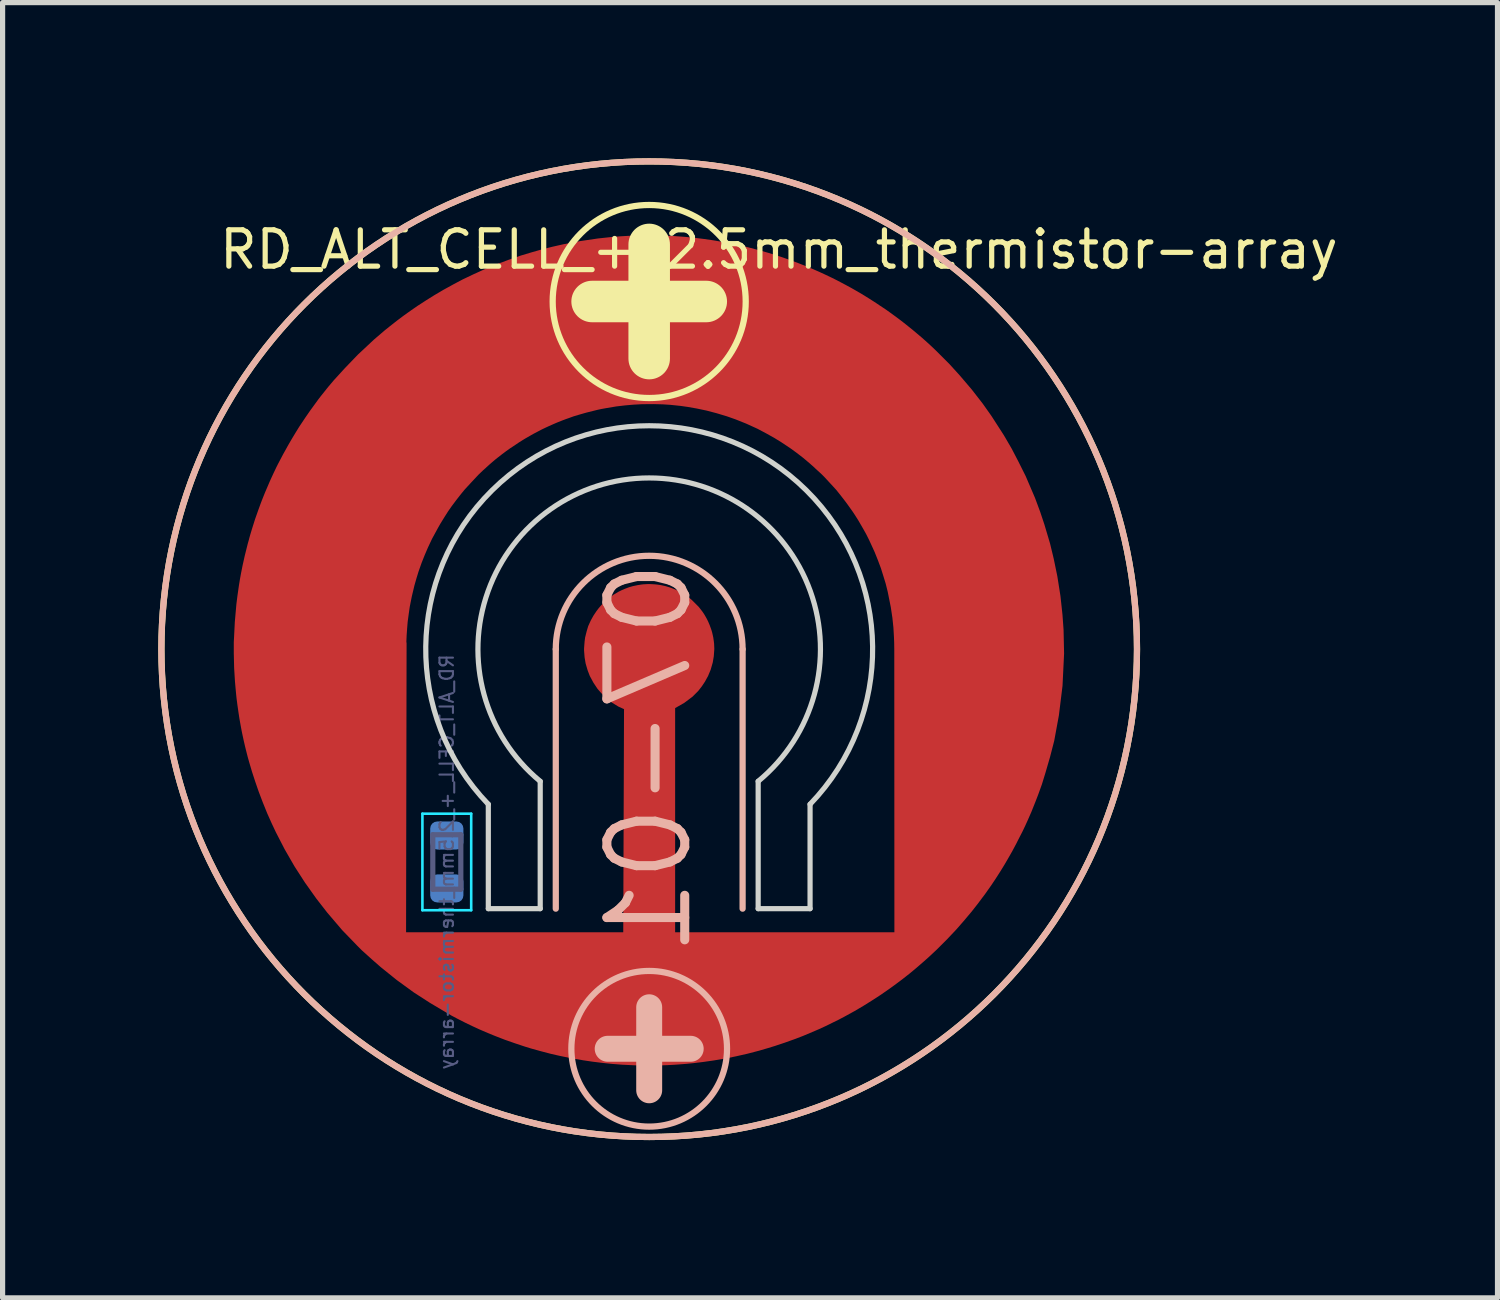
<source format=kicad_pcb>
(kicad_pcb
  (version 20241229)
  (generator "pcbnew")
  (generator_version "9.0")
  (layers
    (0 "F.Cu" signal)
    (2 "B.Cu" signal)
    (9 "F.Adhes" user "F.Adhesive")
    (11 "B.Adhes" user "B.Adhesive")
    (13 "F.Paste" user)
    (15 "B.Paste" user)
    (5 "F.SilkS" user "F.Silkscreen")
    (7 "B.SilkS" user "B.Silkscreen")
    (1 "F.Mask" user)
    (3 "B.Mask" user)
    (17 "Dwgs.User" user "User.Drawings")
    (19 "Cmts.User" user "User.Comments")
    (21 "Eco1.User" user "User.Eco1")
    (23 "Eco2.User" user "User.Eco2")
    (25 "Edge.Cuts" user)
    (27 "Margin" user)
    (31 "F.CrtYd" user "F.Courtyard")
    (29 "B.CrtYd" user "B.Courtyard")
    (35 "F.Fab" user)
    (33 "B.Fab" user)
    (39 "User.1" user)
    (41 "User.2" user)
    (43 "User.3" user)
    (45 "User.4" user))
  (footprint "RD_ALT_CELL_+_2.5mm_thermistor-array"
    (layer "F.Cu")
    (at 9.46 9.46)
    (property "Reference" "RD_ALT_CELL_+_2.5mm_thermistor-array" (at 2.5 -7.7 0) (layer "F.SilkS") (effects (font (size 0.7 0.7) (thickness 0.1))))
    (property "Number" "07-01" (at 0 0 0) (layer "F.Fab") (hide yes) (effects (font (size 1.27 1.27) (thickness 0.15))))
    (attr through_hole exclude_from_pos_files exclude_from_bom)
    (fp_line (start -9.15 -1.15) (end -9 -1.3) (stroke (width 0.3) (type solid)) (layer "In1.Cu"))
    (fp_line (start -9.15 -0.85) (end -9.15 -1.15) (stroke (width 0.3) (type solid)) (layer "In1.Cu"))
    (fp_line (start -9.15 0.05) (end -9 -0.1) (stroke (width 0.3) (type solid)) (layer "In1.Cu"))
    (fp_line (start -9.15 0.35) (end -9.15 0.05) (stroke (width 0.3) (type solid)) (layer "In1.Cu"))
    (fp_line (start -9 -1.3) (end -5.1 -1.3) (stroke (width 0.3) (type solid)) (layer "In1.Cu"))
    (fp_line (start -9 -0.7) (end -9.15 -0.85) (stroke (width 0.3) (type solid)) (layer "In1.Cu"))
    (fp_line (start -9 -0.1) (end -5.1 -0.1) (stroke (width 0.3) (type solid)) (layer "In1.Cu"))
    (fp_line (start -9 0.5) (end -9.15 0.35) (stroke (width 0.3) (type solid)) (layer "In1.Cu"))
    (fp_line (start -8.85 -2.35) (end -8.7 -2.5) (stroke (width 0.3) (type solid)) (layer "In1.Cu"))
    (fp_line (start -8.85 -2.05) (end -8.85 -2.35) (stroke (width 0.3) (type solid)) (layer "In1.Cu"))
    (fp_line (start -8.85 1.25) (end -8.7 1.1) (stroke (width 0.3) (type solid)) (layer "In1.Cu"))
    (fp_line (start -8.85 1.55) (end -8.85 1.25) (stroke (width 0.3) (type solid)) (layer "In1.Cu"))
    (fp_line (start -8.7 -2.5) (end -4.5 -2.5) (stroke (width 0.3) (type solid)) (layer "In1.Cu"))
    (fp_line (start -8.7 -1.9) (end -8.85 -2.05) (stroke (width 0.3) (type solid)) (layer "In1.Cu"))
    (fp_line (start -8.7 1.1) (end -5.1 1.1) (stroke (width 0.3) (type solid)) (layer "In1.Cu"))
    (fp_line (start -8.7 1.7) (end -8.85 1.55) (stroke (width 0.3) (type solid)) (layer "In1.Cu"))
    (fp_line (start -8.55 -3.55) (end -8.4 -3.7) (stroke (width 0.3) (type solid)) (layer "In1.Cu"))
    (fp_line (start -8.55 -3.25) (end -8.55 -3.55) (stroke (width 0.3) (type solid)) (layer "In1.Cu"))
    (fp_line (start -8.55 2.45) (end -8.4 2.3) (stroke (width 0.3) (type solid)) (layer "In1.Cu"))
    (fp_line (start -8.55 2.75) (end -8.55 2.45) (stroke (width 0.3) (type solid)) (layer "In1.Cu"))
    (fp_line (start -8.4 -3.7) (end -3.3 -3.7) (stroke (width 0.3) (type solid)) (layer "In1.Cu"))
    (fp_line (start -8.4 -3.1) (end -8.55 -3.25) (stroke (width 0.3) (type solid)) (layer "In1.Cu"))
    (fp_line (start -8.4 2.3) (end -5.6 2.3) (stroke (width 0.3) (type solid)) (layer "In1.Cu"))
    (fp_line (start -8.4 2.9) (end -8.55 2.75) (stroke (width 0.3) (type solid)) (layer "In1.Cu"))
    (fp_line (start -8.25 3.65) (end -8.1 3.5) (stroke (width 0.3) (type solid)) (layer "In1.Cu"))
    (fp_line (start -8.25 3.95) (end -8.25 3.65) (stroke (width 0.3) (type solid)) (layer "In1.Cu"))
    (fp_line (start -8.1 3.5) (end -5.45 3.5) (stroke (width 0.3) (type solid)) (layer "In1.Cu"))
    (fp_line (start -8.1 4.1) (end -8.25 3.95) (stroke (width 0.3) (type solid)) (layer "In1.Cu"))
    (fp_line (start -7.65 -4.75) (end -7.5 -4.9) (stroke (width 0.3) (type solid)) (layer "In1.Cu"))
    (fp_line (start -7.65 -4.45) (end -7.65 -4.75) (stroke (width 0.3) (type solid)) (layer "In1.Cu"))
    (fp_line (start -7.65 4.85) (end -7.5 4.7) (stroke (width 0.3) (type solid)) (layer "In1.Cu"))
    (fp_line (start -7.65 5.15) (end -7.65 4.85) (stroke (width 0.3) (type solid)) (layer "In1.Cu"))
    (fp_line (start -7.5 -4.9) (end -0.35 -4.9) (stroke (width 0.3) (type solid)) (layer "In1.Cu"))
    (fp_line (start -7.5 -4.3) (end -7.65 -4.45) (stroke (width 0.3) (type solid)) (layer "In1.Cu"))
    (fp_line (start -7.5 4.7) (end -5.45 4.7) (stroke (width 0.3) (type solid)) (layer "In1.Cu"))
    (fp_line (start -7.5 5.3) (end -7.65 5.15) (stroke (width 0.3) (type solid)) (layer "In1.Cu"))
    (fp_line (start -7.05 -5.95) (end -6.9 -6.1) (stroke (width 0.3) (type solid)) (layer "In1.Cu"))
    (fp_line (start -7.05 -5.65) (end -7.05 -5.95) (stroke (width 0.3) (type solid)) (layer "In1.Cu"))
    (fp_line (start -6.9 -6.1) (end -0.35 -6.1) (stroke (width 0.3) (type solid)) (layer "In1.Cu"))
    (fp_line (start -6.9 -5.5) (end -7.05 -5.65) (stroke (width 0.3) (type solid)) (layer "In1.Cu"))
    (fp_line (start -6.45 6.05) (end -6.3 5.9) (stroke (width 0.3) (type solid)) (layer "In1.Cu"))
    (fp_line (start -6.45 6.35) (end -6.45 6.05) (stroke (width 0.3) (type solid)) (layer "In1.Cu"))
    (fp_line (start -6.3 5.9) (end -5.45 5.9) (stroke (width 0.3) (type solid)) (layer "In1.Cu"))
    (fp_line (start -6.3 6.5) (end -6.45 6.35) (stroke (width 0.3) (type solid)) (layer "In1.Cu"))
    (fp_line (start -5.9 1.7) (end -8.7 1.7) (stroke (width 0.3) (type solid)) (layer "In1.Cu"))
    (fp_line (start -5.9 1.7) (end -5.15 1.7) (stroke (width 0.3) (type solid)) (layer "In1.Cu"))
    (fp_line (start -5.85 -7.15) (end -5.7 -7.3) (stroke (width 0.3) (type solid)) (layer "In1.Cu"))
    (fp_line (start -5.85 -6.85) (end -5.85 -7.15) (stroke (width 0.3) (type solid)) (layer "In1.Cu"))
    (fp_line (start -5.7 -7.3) (end -0.35 -7.3) (stroke (width 0.3) (type solid)) (layer "In1.Cu"))
    (fp_line (start -5.7 -6.7) (end -5.85 -6.85) (stroke (width 0.3) (type solid)) (layer "In1.Cu"))
    (fp_line (start -5.6 2.3) (end -5.15 2.3) (stroke (width 0.3) (type solid)) (layer "In1.Cu"))
    (fp_line (start -5.45 2.9) (end -8.4 2.9) (stroke (width 0.3) (type solid)) (layer "In1.Cu"))
    (fp_line (start -5.45 2.9) (end -5.3 3.05) (stroke (width 0.3) (type solid)) (layer "In1.Cu"))
    (fp_line (start -5.45 3.5) (end -5.3 3.35) (stroke (width 0.3) (type solid)) (layer "In1.Cu"))
    (fp_line (start -5.45 4.1) (end -8.1 4.1) (stroke (width 0.3) (type solid)) (layer "In1.Cu"))
    (fp_line (start -5.45 4.1) (end -5.3 4.25) (stroke (width 0.3) (type solid)) (layer "In1.Cu"))
    (fp_line (start -5.45 4.7) (end -5.3 4.55) (stroke (width 0.3) (type solid)) (layer "In1.Cu"))
    (fp_line (start -5.45 5.3) (end -7.5 5.3) (stroke (width 0.3) (type solid)) (layer "In1.Cu"))
    (fp_line (start -5.45 5.3) (end -5.3 5.45) (stroke (width 0.3) (type solid)) (layer "In1.Cu"))
    (fp_line (start -5.45 5.9) (end -5.3 5.75) (stroke (width 0.3) (type solid)) (layer "In1.Cu"))
    (fp_line (start -5.3 3.35) (end -5.3 3.05) (stroke (width 0.3) (type solid)) (layer "In1.Cu"))
    (fp_line (start -5.3 4.55) (end -5.3 4.25) (stroke (width 0.3) (type solid)) (layer "In1.Cu"))
    (fp_line (start -5.3 5.75) (end -5.3 5.45) (stroke (width 0.3) (type solid)) (layer "In1.Cu"))
    (fp_line (start -5.25 7.25) (end -5.1 7.1) (stroke (width 0.3) (type solid)) (layer "In1.Cu"))
    (fp_line (start -5.25 7.55) (end -5.25 7.25) (stroke (width 0.3) (type solid)) (layer "In1.Cu"))
    (fp_line (start -5.15 2.3) (end -5 2.15) (stroke (width 0.3) (type solid)) (layer "In1.Cu"))
    (fp_line (start -5.1 -1.9) (end -8.7 -1.9) (stroke (width 0.3) (type solid)) (layer "In1.Cu"))
    (fp_line (start -5.1 -1.3) (end -4.95 -1.45) (stroke (width 0.3) (type solid)) (layer "In1.Cu"))
    (fp_line (start -5.1 -0.7) (end -9 -0.7) (stroke (width 0.3) (type solid)) (layer "In1.Cu"))
    (fp_line (start -5.1 -0.1) (end -4.95 -0.25) (stroke (width 0.3) (type solid)) (layer "In1.Cu"))
    (fp_line (start -5.1 0.5) (end -9 0.5) (stroke (width 0.3) (type solid)) (layer "In1.Cu"))
    (fp_line (start -5.1 1.1) (end -4.95 0.95) (stroke (width 0.3) (type solid)) (layer "In1.Cu"))
    (fp_line (start -5.1 7.1) (end -0.6 7.1) (stroke (width 0.3) (type solid)) (layer "In1.Cu"))
    (fp_line (start -5.1 7.7) (end -5.25 7.55) (stroke (width 0.3) (type solid)) (layer "In1.Cu"))
    (fp_line (start -5 1.85) (end -5.15 1.7) (stroke (width 0.3) (type solid)) (layer "In1.Cu"))
    (fp_line (start -5 2.15) (end -5 1.85) (stroke (width 0.3) (type solid)) (layer "In1.Cu"))
    (fp_line (start -4.95 -1.75) (end -5.1 -1.9) (stroke (width 0.3) (type solid)) (layer "In1.Cu"))
    (fp_line (start -4.95 -1.45) (end -4.95 -1.75) (stroke (width 0.3) (type solid)) (layer "In1.Cu"))
    (fp_line (start -4.95 -0.55) (end -5.1 -0.7) (stroke (width 0.3) (type solid)) (layer "In1.Cu"))
    (fp_line (start -4.95 -0.25) (end -4.95 -0.55) (stroke (width 0.3) (type solid)) (layer "In1.Cu"))
    (fp_line (start -4.95 0.65) (end -5.1 0.5) (stroke (width 0.3) (type solid)) (layer "In1.Cu"))
    (fp_line (start -4.95 0.95) (end -4.95 0.65) (stroke (width 0.3) (type solid)) (layer "In1.Cu"))
    (fp_line (start -4.5 -3.1) (end -8.4 -3.1) (stroke (width 0.3) (type solid)) (layer "In1.Cu"))
    (fp_line (start -4.5 -2.5) (end -4.35 -2.65) (stroke (width 0.3) (type solid)) (layer "In1.Cu"))
    (fp_line (start -4.35 -2.95) (end -4.5 -3.1) (stroke (width 0.3) (type solid)) (layer "In1.Cu"))
    (fp_line (start -4.35 -2.65) (end -4.35 -2.95) (stroke (width 0.3) (type solid)) (layer "In1.Cu"))
    (fp_line (start -4.05 -8.35) (end -3.9 -8.5) (stroke (width 0.3) (type solid)) (layer "In1.Cu"))
    (fp_line (start -4.05 -8.05) (end -4.05 -8.35) (stroke (width 0.3) (type solid)) (layer "In1.Cu"))
    (fp_line (start -3.9 -8.5) (end -0.9 -8.5) (stroke (width 0.3) (type solid)) (layer "In1.Cu"))
    (fp_line (start -3.9 -7.9) (end -4.05 -8.05) (stroke (width 0.3) (type solid)) (layer "In1.Cu"))
    (fp_line (start -3.3 -4.3) (end -7.5 -4.3) (stroke (width 0.3) (type solid)) (layer "In1.Cu"))
    (fp_line (start -3.3 -3.7) (end -3.15 -3.85) (stroke (width 0.3) (type solid)) (layer "In1.Cu"))
    (fp_line (start -3.15 -4.15) (end -3.3 -4.3) (stroke (width 0.3) (type solid)) (layer "In1.Cu"))
    (fp_line (start -3.15 -3.85) (end -3.15 -4.15) (stroke (width 0.3) (type solid)) (layer "In1.Cu"))
    (fp_line (start -1 8.7) (end -0.45 8.15) (stroke (width 0.3) (type solid)) (layer "In1.Cu"))
    (fp_line (start -0.9 -8.5) (end -0.75 -8.65) (stroke (width 0.3) (type solid)) (layer "In1.Cu"))
    (fp_line (start -0.75 -8.95) (end -0.6 -9.1) (stroke (width 0.3) (type solid)) (layer "In1.Cu"))
    (fp_line (start -0.75 -8.65) (end -0.75 -8.95) (stroke (width 0.3) (type solid)) (layer "In1.Cu"))
    (fp_line (start -0.6 -9.1) (end 0.6 -9.1) (stroke (width 0.3) (type solid)) (layer "In1.Cu"))
    (fp_line (start -0.6 6.5) (end -6.3 6.5) (stroke (width 0.3) (type solid)) (layer "In1.Cu"))
    (fp_line (start -0.6 7.1) (end -0.45 6.95) (stroke (width 0.3) (type solid)) (layer "In1.Cu"))
    (fp_line (start -0.6 7.7) (end -5.1 7.7) (stroke (width 0.3) (type solid)) (layer "In1.Cu"))
    (fp_line (start -0.45 6.65) (end -0.6 6.5) (stroke (width 0.3) (type solid)) (layer "In1.Cu"))
    (fp_line (start -0.45 6.95) (end -0.45 6.65) (stroke (width 0.3) (type solid)) (layer "In1.Cu"))
    (fp_line (start -0.45 7.85) (end -0.6 7.7) (stroke (width 0.3) (type solid)) (layer "In1.Cu"))
    (fp_line (start -0.45 8.15) (end -0.45 7.85) (stroke (width 0.3) (type solid)) (layer "In1.Cu"))
    (fp_line (start -0.35 -7.9) (end -3.9 -7.9) (stroke (width 0.3) (type solid)) (layer "In1.Cu"))
    (fp_line (start -0.35 -7.3) (end -0.2 -7.45) (stroke (width 0.3) (type solid)) (layer "In1.Cu"))
    (fp_line (start -0.35 -6.7) (end -5.7 -6.7) (stroke (width 0.3) (type solid)) (layer "In1.Cu"))
    (fp_line (start -0.35 -6.1) (end -0.2 -6.25) (stroke (width 0.3) (type solid)) (layer "In1.Cu"))
    (fp_line (start -0.35 -5.5) (end -6.9 -5.5) (stroke (width 0.3) (type solid)) (layer "In1.Cu"))
    (fp_line (start -0.35 -4.9) (end -0.2 -5.05) (stroke (width 0.3) (type solid)) (layer "In1.Cu"))
    (fp_line (start -0.2 -7.75) (end -0.35 -7.9) (stroke (width 0.3) (type solid)) (layer "In1.Cu"))
    (fp_line (start -0.2 -7.45) (end -0.2 -7.75) (stroke (width 0.3) (type solid)) (layer "In1.Cu"))
    (fp_line (start -0.2 -6.55) (end -0.35 -6.7) (stroke (width 0.3) (type solid)) (layer "In1.Cu"))
    (fp_line (start -0.2 -6.25) (end -0.2 -6.55) (stroke (width 0.3) (type solid)) (layer "In1.Cu"))
    (fp_line (start -0.2 -5.35) (end -0.35 -5.5) (stroke (width 0.3) (type solid)) (layer "In1.Cu"))
    (fp_line (start -0.2 -5.05) (end -0.2 -5.35) (stroke (width 0.3) (type solid)) (layer "In1.Cu"))
    (fp_line (start 0.4 -7.75) (end 0.4 -7.45) (stroke (width 0.3) (type solid)) (layer "In1.Cu"))
    (fp_line (start 0.4 -7.45) (end 0.55 -7.3) (stroke (width 0.3) (type solid)) (layer "In1.Cu"))
    (fp_line (start 0.4 -6.55) (end 0.4 -6.25) (stroke (width 0.3) (type solid)) (layer "In1.Cu"))
    (fp_line (start 0.4 -6.25) (end 0.55 -6.1) (stroke (width 0.3) (type solid)) (layer "In1.Cu"))
    (fp_line (start 0.4 -5.35) (end 0.4 -5.05) (stroke (width 0.3) (type solid)) (layer "In1.Cu"))
    (fp_line (start 0.45 6.65) (end 0.45 6.95) (stroke (width 0.3) (type solid)) (layer "In1.Cu"))
    (fp_line (start 0.45 6.95) (end 0.6 7.1) (stroke (width 0.3) (type solid)) (layer "In1.Cu"))
    (fp_line (start 0.45 7.85) (end 0.45 8.15) (stroke (width 0.3) (type solid)) (layer "In1.Cu"))
    (fp_line (start 0.55 -7.9) (end 0.4 -7.75) (stroke (width 0.3) (type solid)) (layer "In1.Cu"))
    (fp_line (start 0.55 -7.3) (end 5.7 -7.3) (stroke (width 0.3) (type solid)) (layer "In1.Cu"))
    (fp_line (start 0.55 -6.7) (end 0.4 -6.55) (stroke (width 0.3) (type solid)) (layer "In1.Cu"))
    (fp_line (start 0.55 -6.1) (end 6.9 -6.1) (stroke (width 0.3) (type solid)) (layer "In1.Cu"))
    (fp_line (start 0.55 -5.5) (end 0.4 -5.35) (stroke (width 0.3) (type solid)) (layer "In1.Cu"))
    (fp_line (start 0.55 -4.9) (end 0.4 -5.05) (stroke (width 0.3) (type solid)) (layer "In1.Cu"))
    (fp_line (start 0.55 -4.9) (end 7.5 -4.9) (stroke (width 0.3) (type solid)) (layer "In1.Cu"))
    (fp_line (start 0.6 -9.1) (end 0.75 -8.95) (stroke (width 0.3) (type solid)) (layer "In1.Cu"))
    (fp_line (start 0.6 6.5) (end 0.45 6.65) (stroke (width 0.3) (type solid)) (layer "In1.Cu"))
    (fp_line (start 0.6 7.1) (end 5.1 7.1) (stroke (width 0.3) (type solid)) (layer "In1.Cu"))
    (fp_line (start 0.6 7.7) (end 0.45 7.85) (stroke (width 0.3) (type solid)) (layer "In1.Cu"))
    (fp_line (start 0.75 -8.95) (end 0.75 -8.65) (stroke (width 0.3) (type solid)) (layer "In1.Cu"))
    (fp_line (start 0.75 -8.65) (end 0.9 -8.5) (stroke (width 0.3) (type solid)) (layer "In1.Cu"))
    (fp_line (start 0.9 -8.5) (end 3.9 -8.5) (stroke (width 0.3) (type solid)) (layer "In1.Cu"))
    (fp_line (start 1 8.7) (end 0.45 8.15) (stroke (width 0.3) (type solid)) (layer "In1.Cu"))
    (fp_line (start 3.15 -4.15) (end 3.15 -3.85) (stroke (width 0.3) (type solid)) (layer "In1.Cu"))
    (fp_line (start 3.15 -3.85) (end 3.3 -3.7) (stroke (width 0.3) (type solid)) (layer "In1.Cu"))
    (fp_line (start 3.3 -4.3) (end 3.15 -4.15) (stroke (width 0.3) (type solid)) (layer "In1.Cu"))
    (fp_line (start 3.3 -3.7) (end 8.4 -3.7) (stroke (width 0.3) (type solid)) (layer "In1.Cu"))
    (fp_line (start 3.75 4.25) (end 3.75 4.55) (stroke (width 0.3) (type solid)) (layer "In1.Cu"))
    (fp_line (start 3.75 4.55) (end 3.9 4.7) (stroke (width 0.3) (type solid)) (layer "In1.Cu"))
    (fp_line (start 3.75 5.45) (end 3.75 5.75) (stroke (width 0.3) (type solid)) (layer "In1.Cu"))
    (fp_line (start 3.75 5.75) (end 3.9 5.9) (stroke (width 0.3) (type solid)) (layer "In1.Cu"))
    (fp_line (start 3.9 -8.5) (end 4.05 -8.35) (stroke (width 0.3) (type solid)) (layer "In1.Cu"))
    (fp_line (start 3.9 -7.9) (end 0.55 -7.9) (stroke (width 0.3) (type solid)) (layer "In1.Cu"))
    (fp_line (start 3.9 4.1) (end 3.75 4.25) (stroke (width 0.3) (type solid)) (layer "In1.Cu"))
    (fp_line (start 3.9 4.7) (end 7.5 4.7) (stroke (width 0.3) (type solid)) (layer "In1.Cu"))
    (fp_line (start 3.9 5.3) (end 3.75 5.45) (stroke (width 0.3) (type solid)) (layer "In1.Cu"))
    (fp_line (start 3.9 5.9) (end 6.3 5.9) (stroke (width 0.3) (type solid)) (layer "In1.Cu"))
    (fp_line (start 4.05 -8.35) (end 4.05 -8.05) (stroke (width 0.3) (type solid)) (layer "In1.Cu"))
    (fp_line (start 4.05 -8.05) (end 3.9 -7.9) (stroke (width 0.3) (type solid)) (layer "In1.Cu"))
    (fp_line (start 4.05 3.05) (end 4.05 3.35) (stroke (width 0.3) (type solid)) (layer "In1.Cu"))
    (fp_line (start 4.05 3.35) (end 4.2 3.5) (stroke (width 0.3) (type solid)) (layer "In1.Cu"))
    (fp_line (start 4.2 2.9) (end 4.05 3.05) (stroke (width 0.3) (type solid)) (layer "In1.Cu"))
    (fp_line (start 4.2 3.5) (end 8.1 3.5) (stroke (width 0.3) (type solid)) (layer "In1.Cu"))
    (fp_line (start 4.35 -2.95) (end 4.35 -2.65) (stroke (width 0.3) (type solid)) (layer "In1.Cu"))
    (fp_line (start 4.35 -2.65) (end 4.5 -2.5) (stroke (width 0.3) (type solid)) (layer "In1.Cu"))
    (fp_line (start 4.5 -3.1) (end 4.35 -2.95) (stroke (width 0.3) (type solid)) (layer "In1.Cu"))
    (fp_line (start 4.5 -2.5) (end 8.7 -2.5) (stroke (width 0.3) (type solid)) (layer "In1.Cu"))
    (fp_line (start 4.65 -1.75) (end 4.65 -1.45) (stroke (width 0.3) (type solid)) (layer "In1.Cu"))
    (fp_line (start 4.65 -1.45) (end 4.8 -1.3) (stroke (width 0.3) (type solid)) (layer "In1.Cu"))
    (fp_line (start 4.65 1.85) (end 4.65 2.15) (stroke (width 0.3) (type solid)) (layer "In1.Cu"))
    (fp_line (start 4.65 2.15) (end 4.8 2.3) (stroke (width 0.3) (type solid)) (layer "In1.Cu"))
    (fp_line (start 4.8 -1.9) (end 4.65 -1.75) (stroke (width 0.3) (type solid)) (layer "In1.Cu"))
    (fp_line (start 4.8 -1.3) (end 9 -1.3) (stroke (width 0.3) (type solid)) (layer "In1.Cu"))
    (fp_line (start 4.8 1.7) (end 4.65 1.85) (stroke (width 0.3) (type solid)) (layer "In1.Cu"))
    (fp_line (start 4.8 2.3) (end 8.4 2.3) (stroke (width 0.3) (type solid)) (layer "In1.Cu"))
    (fp_line (start 4.95 -0.55) (end 4.95 -0.25) (stroke (width 0.3) (type solid)) (layer "In1.Cu"))
    (fp_line (start 4.95 -0.25) (end 5.1 -0.1) (stroke (width 0.3) (type solid)) (layer "In1.Cu"))
    (fp_line (start 4.95 0.65) (end 4.95 0.95) (stroke (width 0.3) (type solid)) (layer "In1.Cu"))
    (fp_line (start 4.95 0.95) (end 5.1 1.1) (stroke (width 0.3) (type solid)) (layer "In1.Cu"))
    (fp_line (start 5.1 -0.7) (end 4.95 -0.55) (stroke (width 0.3) (type solid)) (layer "In1.Cu"))
    (fp_line (start 5.1 -0.1) (end 9 -0.1) (stroke (width 0.3) (type solid)) (layer "In1.Cu"))
    (fp_line (start 5.1 0.5) (end 4.95 0.65) (stroke (width 0.3) (type solid)) (layer "In1.Cu"))
    (fp_line (start 5.1 1.1) (end 8.7 1.1) (stroke (width 0.3) (type solid)) (layer "In1.Cu"))
    (fp_line (start 5.1 7.1) (end 5.25 7.25) (stroke (width 0.3) (type solid)) (layer "In1.Cu"))
    (fp_line (start 5.1 7.7) (end 0.6 7.7) (stroke (width 0.3) (type solid)) (layer "In1.Cu"))
    (fp_line (start 5.25 7.25) (end 5.25 7.55) (stroke (width 0.3) (type solid)) (layer "In1.Cu"))
    (fp_line (start 5.25 7.55) (end 5.1 7.7) (stroke (width 0.3) (type solid)) (layer "In1.Cu"))
    (fp_line (start 5.7 -7.3) (end 5.85 -7.15) (stroke (width 0.3) (type solid)) (layer "In1.Cu"))
    (fp_line (start 5.7 -6.7) (end 0.55 -6.7) (stroke (width 0.3) (type solid)) (layer "In1.Cu"))
    (fp_line (start 5.85 -7.15) (end 5.85 -6.85) (stroke (width 0.3) (type solid)) (layer "In1.Cu"))
    (fp_line (start 5.85 -6.85) (end 5.7 -6.7) (stroke (width 0.3) (type solid)) (layer "In1.Cu"))
    (fp_line (start 6.3 5.9) (end 6.45 6.05) (stroke (width 0.3) (type solid)) (layer "In1.Cu"))
    (fp_line (start 6.3 6.5) (end 0.6 6.5) (stroke (width 0.3) (type solid)) (layer "In1.Cu"))
    (fp_line (start 6.45 6.05) (end 6.45 6.35) (stroke (width 0.3) (type solid)) (layer "In1.Cu"))
    (fp_line (start 6.45 6.35) (end 6.3 6.5) (stroke (width 0.3) (type solid)) (layer "In1.Cu"))
    (fp_line (start 6.9 -6.1) (end 7.05 -5.95) (stroke (width 0.3) (type solid)) (layer "In1.Cu"))
    (fp_line (start 6.9 -5.5) (end 0.55 -5.5) (stroke (width 0.3) (type solid)) (layer "In1.Cu"))
    (fp_line (start 7.05 -5.95) (end 7.05 -5.65) (stroke (width 0.3) (type solid)) (layer "In1.Cu"))
    (fp_line (start 7.05 -5.65) (end 6.9 -5.5) (stroke (width 0.3) (type solid)) (layer "In1.Cu"))
    (fp_line (start 7.5 -4.9) (end 7.65 -4.75) (stroke (width 0.3) (type solid)) (layer "In1.Cu"))
    (fp_line (start 7.5 -4.3) (end 3.3 -4.3) (stroke (width 0.3) (type solid)) (layer "In1.Cu"))
    (fp_line (start 7.5 4.7) (end 7.65 4.85) (stroke (width 0.3) (type solid)) (layer "In1.Cu"))
    (fp_line (start 7.5 5.3) (end 3.9 5.3) (stroke (width 0.3) (type solid)) (layer "In1.Cu"))
    (fp_line (start 7.65 -4.75) (end 7.65 -4.45) (stroke (width 0.3) (type solid)) (layer "In1.Cu"))
    (fp_line (start 7.65 -4.45) (end 7.5 -4.3) (stroke (width 0.3) (type solid)) (layer "In1.Cu"))
    (fp_line (start 7.65 4.85) (end 7.65 5.15) (stroke (width 0.3) (type solid)) (layer "In1.Cu"))
    (fp_line (start 7.65 5.15) (end 7.5 5.3) (stroke (width 0.3) (type solid)) (layer "In1.Cu"))
    (fp_line (start 8.1 3.5) (end 8.25 3.65) (stroke (width 0.3) (type solid)) (layer "In1.Cu"))
    (fp_line (start 8.1 4.1) (end 3.9 4.1) (stroke (width 0.3) (type solid)) (layer "In1.Cu"))
    (fp_line (start 8.25 3.65) (end 8.25 3.95) (stroke (width 0.3) (type solid)) (layer "In1.Cu"))
    (fp_line (start 8.25 3.95) (end 8.1 4.1) (stroke (width 0.3) (type solid)) (layer "In1.Cu"))
    (fp_line (start 8.4 -3.7) (end 8.55 -3.55) (stroke (width 0.3) (type solid)) (layer "In1.Cu"))
    (fp_line (start 8.4 -3.1) (end 4.5 -3.1) (stroke (width 0.3) (type solid)) (layer "In1.Cu"))
    (fp_line (start 8.4 2.3) (end 8.55 2.45) (stroke (width 0.3) (type solid)) (layer "In1.Cu"))
    (fp_line (start 8.4 2.9) (end 4.2 2.9) (stroke (width 0.3) (type solid)) (layer "In1.Cu"))
    (fp_line (start 8.55 -3.55) (end 8.55 -3.25) (stroke (width 0.3) (type solid)) (layer "In1.Cu"))
    (fp_line (start 8.55 -3.25) (end 8.4 -3.1) (stroke (width 0.3) (type solid)) (layer "In1.Cu"))
    (fp_line (start 8.55 2.45) (end 8.55 2.75) (stroke (width 0.3) (type solid)) (layer "In1.Cu"))
    (fp_line (start 8.55 2.75) (end 8.4 2.9) (stroke (width 0.3) (type solid)) (layer "In1.Cu"))
    (fp_line (start 8.7 -2.5) (end 8.85 -2.35) (stroke (width 0.3) (type solid)) (layer "In1.Cu"))
    (fp_line (start 8.7 -1.9) (end 4.8 -1.9) (stroke (width 0.3) (type solid)) (layer "In1.Cu"))
    (fp_line (start 8.7 1.1) (end 8.85 1.25) (stroke (width 0.3) (type solid)) (layer "In1.Cu"))
    (fp_line (start 8.7 1.7) (end 4.8 1.7) (stroke (width 0.3) (type solid)) (layer "In1.Cu"))
    (fp_line (start 8.85 -2.35) (end 8.85 -2.05) (stroke (width 0.3) (type solid)) (layer "In1.Cu"))
    (fp_line (start 8.85 -2.05) (end 8.7 -1.9) (stroke (width 0.3) (type solid)) (layer "In1.Cu"))
    (fp_line (start 8.85 1.25) (end 8.85 1.55) (stroke (width 0.3) (type solid)) (layer "In1.Cu"))
    (fp_line (start 8.85 1.55) (end 8.7 1.7) (stroke (width 0.3) (type solid)) (layer "In1.Cu"))
    (fp_line (start 9 -1.3) (end 9.15 -1.15) (stroke (width 0.3) (type solid)) (layer "In1.Cu"))
    (fp_line (start 9 -0.7) (end 5.1 -0.7) (stroke (width 0.3) (type solid)) (layer "In1.Cu"))
    (fp_line (start 9 -0.1) (end 9.15 0.05) (stroke (width 0.3) (type solid)) (layer "In1.Cu"))
    (fp_line (start 9 0.5) (end 5.1 0.5) (stroke (width 0.3) (type solid)) (layer "In1.Cu"))
    (fp_line (start 9.15 -1.15) (end 9.15 -0.85) (stroke (width 0.3) (type solid)) (layer "In1.Cu"))
    (fp_line (start 9.15 -0.85) (end 9 -0.7) (stroke (width 0.3) (type solid)) (layer "In1.Cu"))
    (fp_line (start 9.15 0.05) (end 9.15 0.35) (stroke (width 0.3) (type solid)) (layer "In1.Cu"))
    (fp_line (start 9.15 0.35) (end 9 0.5) (stroke (width 0.3) (type solid)) (layer "In1.Cu"))
    (fp_line (start -1.1 -6.7) (end 1.1 -6.7) (stroke (width 0.8) (type solid)) (layer "F.SilkS"))
    (fp_line (start 0 -5.6) (end 0 -7.8) (stroke (width 0.8) (type solid)) (layer "F.SilkS"))
    (fp_circle (center 0 -6.7) (end 1.86 -6.7) (stroke (width 0.12) (type solid)) (fill no) (layer "F.SilkS"))
    (fp_circle (center 0 0) (end 9.4 0) (stroke (width 0.12) (type solid)) (fill no) (layer "F.SilkS"))
    (fp_line (start -1.8 0) (end -1.8 5) (stroke (width 0.12) (type solid)) (layer "B.SilkS"))
    (fp_line (start -0.8 7.7) (end 0.8 7.7) (stroke (width 0.5) (type solid)) (layer "B.SilkS"))
    (fp_line (start 0 8.5) (end 0 6.9) (stroke (width 0.5) (type solid)) (layer "B.SilkS"))
    (fp_line (start 1.8 0) (end 1.8 5) (stroke (width 0.12) (type solid)) (layer "B.SilkS"))
    (fp_arc (start -1.8 0) (mid 0 -1.8) (end 1.8 0) (stroke (width 0.12) (type solid)) (layer "B.SilkS"))
    (fp_circle (center 0 0) (end 9.4 0) (stroke (width 0.12) (type solid)) (fill no) (layer "B.SilkS"))
    (fp_circle (center 0 7.7) (end 1.5 7.7) (stroke (width 0.12) (type solid)) (fill no) (layer "B.SilkS"))
    (fp_line (start -3.1 2.988) (end -3.1 5) (stroke (width 0.1) (type solid)) (layer "Edge.Cuts"))
    (fp_line (start -3.1 5) (end -2.1 5) (stroke (width 0.1) (type solid)) (layer "Edge.Cuts"))
    (fp_line (start -2.1 5) (end -2.1 2.546) (stroke (width 0.1) (type solid)) (layer "Edge.Cuts"))
    (fp_line (start 2.1 2.546) (end 2.1 5) (stroke (width 0.1) (type solid)) (layer "Edge.Cuts"))
    (fp_line (start 2.1 5) (end 3.1 5) (stroke (width 0.1) (type solid)) (layer "Edge.Cuts"))
    (fp_line (start 3.1 5) (end 3.1 2.988) (stroke (width 0.1) (type solid)) (layer "Edge.Cuts"))
    (fp_arc (start -3.1 2.9884) (mid 0 -4.305892) (end 3.1 2.9884) (stroke (width 0.1) (type solid)) (layer "Edge.Cuts"))
    (fp_arc (start -2.1 2.5458) (mid 0 -3.300101) (end 2.1 2.5458) (stroke (width 0.1) (type solid)) (layer "Edge.Cuts"))
    (fp_line (start -4.37 3.17) (end -4.37 5.03) (stroke (width 0.05) (type solid)) (layer "B.CrtYd"))
    (fp_line (start -4.37 5.03) (end -3.43 5.03) (stroke (width 0.05) (type solid)) (layer "B.CrtYd"))
    (fp_line (start -3.43 3.17) (end -4.37 3.17) (stroke (width 0.05) (type solid)) (layer "B.CrtYd"))
    (fp_line (start -3.43 5.03) (end -3.43 3.17) (stroke (width 0.05) (type solid)) (layer "B.CrtYd"))
    (fp_line (start -4.17 3.575) (end -4.17 4.625) (stroke (width 0.1) (type solid)) (layer "B.Fab"))
    (fp_line (start -4.17 4.625) (end -3.63 4.625) (stroke (width 0.1) (type solid)) (layer "B.Fab"))
    (fp_line (start -3.63 3.575) (end -4.17 3.575) (stroke (width 0.1) (type solid)) (layer "B.Fab"))
    (fp_line (start -3.63 4.625) (end -3.63 3.575) (stroke (width 0.1) (type solid)) (layer "B.Fab"))
    (fp_text user "${Number}" (at 0 2.1 90) (layer "B.SilkS") (effects (font (size 1.5 1.5) (thickness 0.175)) (justify mirror)))
    (fp_text user "${REFERENCE}" (at -3.9 4.1 90) (layer "B.Fab") (effects (font (size 0.26 0.26) (thickness 0.04)) (justify mirror)))
    (pad "" smd circle (at 0 0) (size 2.5 2.5) (layers "F.Mask"))
    (pad "" smd circle (at 0 0) (size 5.6 5.6) (layers "F.Paste"))
    (pad "1" smd custom (at -0.005 0.095) (size 1 1) (layers "F.Cu") (options (anchor rect)) (primitives (gr_poly (pts (xy 0.11 -1.345) (xy 0.16 -1.34) (xy 0.23 -1.33) (xy 0.32 -1.31) (xy 0.41 -1.283) (xy 0.47 -1.26) (xy 0.54 -1.23) (xy 0.6 -1.2) (xy 0.7 -1.14) (xy 0.77 -1.09) (xy 0.83 -1.04) (xy 0.96 -0.91) (xy 1.03 -0.82) (xy 1.07 -0.76) (xy 1.11 -0.69) (xy 1.14 -0.63) (xy 1.17 -0.56) (xy 1.199 -0.48) (xy 1.209 -0.45) (xy 1.22 -0.41) (xy 1.229 -0.37) (xy 1.24 -0.32) (xy 1.25 -0.25) (xy 1.256 -0.2) (xy 1.258 -0.15) (xy 1.26 -0.1) (xy 1.25 0.04) (xy 1.23 0.16) (xy 1.19 0.3) (xy 1.14 0.42) (xy 1.08 0.53) (xy 1.02 0.62) (xy 0.95 0.71) (xy 0.84 0.82) (xy 0.68 0.94) (xy 0.61 0.98) (xy 0.505 1.04) (xy 0.505 5.36) (xy 4.71 5.36) (xy 5.78 5.335) (xy 5.57 5.56) (xy 5.03 6.085) (xy 4.505 6.46) (xy 3.78 6.91) (xy 3.605 7.01) (xy 2.93 7.31) (xy 2.18 7.56) (xy 1.405 7.735) (xy 0.58 7.835) (xy -0.22 7.86) (xy -1.07 7.785) (xy -1.77 7.66) (xy -2.57 7.435) (xy -3.32 7.135) (xy -3.995 6.785) (xy -4.695 6.335) (xy -5.32 5.835) (xy -5.87 5.36) (xy -0.495 5.36) (xy -0.48 1.06) (xy -0.59 1.01) (xy -0.72 0.93) (xy -0.83 0.84) (xy -0.92 0.75) (xy -0.99 0.67) (xy -1.07 0.55) (xy -1.14 0.42) (xy -1.182 0.31) (xy -1.22 0.18) (xy -1.24 0.06) (xy -1.25 -0.07) (xy -1.25 -0.11) (xy -1.24 -0.24) (xy -1.23 -0.32) (xy -1.2 -0.44) (xy -1.17 -0.54) (xy -1.12 -0.65) (xy -1.07 -0.74) (xy -1.01 -0.83) (xy -0.98 -0.87) (xy -0.93 -0.93) (xy -0.85 -1.011) (xy -0.82 -1.04) (xy -0.76 -1.09) (xy -0.69 -1.14) (xy -0.59 -1.2) (xy -0.53 -1.23) (xy -0.46 -1.26) (xy -0.38 -1.29) (xy -0.31 -1.31) (xy -0.22 -1.329) (xy -0.15 -1.34) (xy -0.11 -1.345) (xy -0.02 -1.35) (xy 0.02 -1.35)) (width 0) (fill yes)) (gr_poly (pts (xy 0.29 -8.065) (xy 0.41 -8.06) (xy 0.5 -8.055) (xy 0.7 -8.04) (xy 0.755 -8.035) (xy 0.9 -8.02) (xy 1.06 -8) (xy 1.2 -7.98) (xy 1.265 -7.97) (xy 1.38 -7.95) (xy 1.49 -7.93) (xy 1.69 -7.89) (xy 1.78 -7.87) (xy 1.845 -7.855) (xy 1.917 -7.838) (xy 2.06 -7.8) (xy 2.17 -7.77) (xy 2.31 -7.73) (xy 2.47 -7.68) (xy 2.59 -7.64) (xy 2.645 -7.62) (xy 2.703 -7.6) (xy 2.756 -7.58) (xy 2.89 -7.53) (xy 3.04 -7.47) (xy 3.125 -7.435) (xy 3.178 -7.412) (xy 3.214 -7.396) (xy 3.267 -7.373) (xy 3.311 -7.353) (xy 3.381 -7.321) (xy 3.53 -7.25) (xy 3.61 -7.21) (xy 3.715 -7.155) (xy 3.8 -7.11) (xy 3.91 -7.05) (xy 3.98 -7.01) (xy 4.1 -6.94) (xy 4.23 -6.86) (xy 4.34 -6.79) (xy 4.58 -6.63) (xy 4.65 -6.58) (xy 4.76 -6.5) (xy 4.84 -6.44) (xy 4.905 -6.39) (xy 4.963 -6.344) (xy 5.08 -6.25) (xy 5.175 -6.17) (xy 5.258 -6.1) (xy 5.37 -6) (xy 5.43 -5.945) (xy 5.53 -5.85) (xy 5.79 -5.59) (xy 5.99 -5.37) (xy 6.22 -5.1) (xy 6.43 -4.83) (xy 6.6 -4.59) (xy 6.839 -4.219) (xy 6.99 -3.96) (xy 7.12 -3.71) (xy 7.26 -3.43) (xy 7.44 -3.01) (xy 7.54 -2.74) (xy 7.62 -2.5) (xy 7.73 -2.13) (xy 7.8 -1.84) (xy 7.87 -1.5) (xy 7.93 -1.12) (xy 7.969 -0.76) (xy 7.99 -0.47) (xy 8 -0.01) (xy 7.97 0.61) (xy 7.9 1.18) (xy 7.81 1.67) (xy 7.73 1.98) (xy 7.64 2.29) (xy 7.574 2.505) (xy 7.54 2.6) (xy 7.5 2.71) (xy 7.45 2.84) (xy 7.37 3.04) (xy 7.3 3.2) (xy 7.25 3.31) (xy 7.2 3.415) (xy 7.11 3.59) (xy 7.08 3.65) (xy 7 3.8) (xy 6.92 3.94) (xy 6.85 4.06) (xy 6.77 4.19) (xy 6.68 4.33) (xy 6.6 4.45) (xy 6.48 4.62) (xy 6.33 4.82) (xy 6.22 4.96) (xy 6.06 5.15) (xy 5.92 5.31) (xy 5.75 5.49) (xy 5.54 5.7) (xy 5.39 5.84) (xy 5.3 5.92) (xy 5.15 6.05) (xy 5.03 6.15) (xy 4.89 6.26) (xy 4.73 6.38) (xy 4.59 6.48) (xy 4.46 6.57) (xy 4.29 6.68) (xy 4.13 6.78) (xy 3.96 6.88) (xy 3.76 6.99) (xy 3.645 7.05) (xy 3.392 7.174) (xy 3.27 7.23) (xy 3.2 7.26) (xy 2.973 7.356) (xy 2.916 7.378) (xy 2.823 7.414) (xy 2.75 7.44) (xy 2.61 7.49) (xy 2.43 7.55) (xy 2.3 7.59) (xy 2.13 7.64) (xy 1.9 7.7) (xy 1.68 7.75) (xy 1.49 7.789) (xy 1.25 7.83) (xy 1.04 7.86) (xy 0.875 7.88) (xy 0.728 7.895) (xy 0.574 7.907) (xy 0.477 7.914) (xy 0.36 7.92) (xy 0.22 7.925) (xy 0.135 7.928) (xy -0.052 7.929) (xy -0.261 7.924) (xy -0.516 7.912) (xy -0.718 7.896) (xy -0.89 7.878) (xy -1.085 7.854) (xy -1.267 7.827) (xy -1.48 7.79) (xy -1.68 7.75) (xy -1.77 7.73) (xy -1.9 7.7) (xy -2.09 7.65) (xy -2.27 7.6) (xy -2.4 7.56) (xy -2.58 7.5) (xy -2.78 7.43) (xy -2.96 7.36) (xy -3.06 7.32) (xy -3.27 7.23) (xy -3.4 7.17) (xy -3.545 7.1) (xy -3.683 7.03) (xy -3.806 6.965) (xy -3.9 6.91) (xy -4.22 6.72) (xy -4.53 6.52) (xy -4.86 6.28) (xy -5.17 6.03) (xy -5.33 5.89) (xy -5.53 5.71) (xy -5.62 5.62) (xy -5.91 5.32) (xy -6.2 4.98) (xy -6.41 4.71) (xy -6.63 4.4) (xy -6.83 4.09) (xy -7.02 3.76) (xy -7.19 3.43) (xy -7.27 3.26) (xy -7.355 3.07) (xy -7.442 2.855) (xy -7.521 2.647) (xy -7.586 2.459) (xy -7.648 2.269) (xy -7.704 2.08) (xy -7.732 1.98) (xy -7.76 1.87) (xy -7.78 1.79) (xy -7.81 1.66) (xy -7.84 1.52) (xy -7.85 1.47) (xy -7.863 1.4) (xy -7.89 1.25) (xy -7.91 1.12) (xy -7.93 0.98) (xy -7.947 0.85) (xy -7.958 0.74) (xy -7.977 0.53) (xy -7.993 0.27) (xy -8 -0.02) (xy -8 -0.23) (xy -7.995 -0.319) (xy -4.686 -0.319) (xy -4.67 -0.21) (xy -4.68 5.36) (xy 4.73 5.36) (xy 4.728 -0.078) (xy 4.726 -0.223) (xy 4.721 -0.343) (xy 4.711 -0.513) (xy 4.691 -0.703) (xy 4.661 -0.903) (xy 4.601 -1.203) (xy 4.561 -1.363) (xy 4.521 -1.493) (xy 4.471 -1.653) (xy 4.411 -1.813) (xy 4.351 -1.963) (xy 4.301 -2.073) (xy 4.241 -2.203) (xy 4.191 -2.303) (xy 4.141 -2.393) (xy 4.101 -2.463) (xy 4.031 -2.583) (xy 3.961 -2.693) (xy 3.921 -2.753) (xy 3.821 -2.893) (xy 3.761 -2.973) (xy 3.691 -3.063) (xy 3.611 -3.163) (xy 3.501 -3.283) (xy 3.381 -3.413) (xy 3.321 -3.473) (xy 3.211 -3.573) (xy 3.191 -3.593) (xy 3.101 -3.673) (xy 2.971 -3.783) (xy 2.841 -3.883) (xy 2.731 -3.963) (xy 2.551 -4.083) (xy 2.421 -4.163) (xy 2.261 -4.253) (xy 2.091 -4.343) (xy 1.871 -4.443) (xy 1.671 -4.523) (xy 1.501 -4.583) (xy 1.301 -4.643) (xy 1.111 -4.693) (xy 0.921 -4.733) (xy 0.751 -4.763) (xy 0.611 -4.783) (xy 0.421 -4.803) (xy 0.271 -4.813) (xy 0.091 -4.818) (xy -0.134 -4.816) (xy -0.299 -4.807) (xy -0.459 -4.793) (xy -0.629 -4.773) (xy -0.809 -4.743) (xy -0.919 -4.723) (xy -0.979 -4.71) (xy -1.009 -4.703) (xy -1.209 -4.653) (xy -1.349 -4.613) (xy -1.379 -4.603) (xy -1.449 -4.583) (xy -1.559 -4.543) (xy -1.589 -4.533) (xy -1.669 -4.503) (xy -1.769 -4.463) (xy -1.839 -4.433) (xy -1.929 -4.393) (xy -1.994 -4.363) (xy -2.067 -4.328) (xy -2.13 -4.295) (xy -2.229 -4.243) (xy -2.369 -4.163) (xy -2.419 -4.133) (xy -2.499 -4.083) (xy -2.679 -3.963) (xy -2.749 -3.913) (xy -2.829 -3.853) (xy -2.919 -3.783) (xy -2.969 -3.743) (xy -3.039 -3.683) (xy -3.079 -3.648) (xy -3.129 -3.603) (xy -3.144 -3.588) (xy -3.192 -3.546) (xy -3.289 -3.453) (xy -3.429 -3.303) (xy -3.549 -3.173) (xy -3.619 -3.088) (xy -3.709 -2.973) (xy -3.799 -2.853) (xy -3.869 -2.753) (xy -3.939 -2.643) (xy -4.019 -2.513) (xy -4.059 -2.443) (xy -4.179 -2.223) (xy -4.259 -2.053) (xy -4.319 -1.913) (xy -4.379 -1.763) (xy -4.439 -1.593) (xy -4.479 -1.463) (xy -4.519 -1.323) (xy -4.569 -1.113) (xy -4.609 -0.913) (xy -4.629 -0.773) (xy -4.649 -0.623) (xy -4.659 -0.503) (xy -4.669 -0.363) (xy -4.674 -0.238) (xy -4.686 -0.319) (xy -7.995 -0.319) (xy -7.98 -0.62) (xy -7.95 -0.96) (xy -7.93 -1.12) (xy -7.9 -1.33) (xy -7.88 -1.45) (xy -7.86 -1.56) (xy -7.83 -1.71) (xy -7.79 -1.89) (xy -7.73 -2.13) (xy -7.71 -2.2) (xy -7.7 -2.24) (xy -7.686 -2.289) (xy -7.68 -2.31) (xy -7.65 -2.41) (xy -7.615 -2.521) (xy -7.59 -2.6) (xy -7.53 -2.77) (xy -7.49 -2.88) (xy -7.46 -2.96) (xy -7.4 -3.11) (xy -7.31 -3.32) (xy -7.29 -3.365) (xy -7.23 -3.495) (xy -7.205 -3.547) (xy -7.183 -3.594) (xy -7.15 -3.66) (xy -7.05 -3.85) (xy -6.95 -4.03) (xy -6.88 -4.15) (xy -6.82 -4.25) (xy -6.74 -4.38) (xy -6.62 -4.56) (xy -6.53 -4.69) (xy -6.37 -4.91) (xy -6.32 -4.975) (xy -6.18 -5.15) (xy -6.07 -5.28) (xy -5.86 -5.51) (xy -5.61 -5.77) (xy -5.3 -6.06) (xy -5.09 -6.24) (xy -4.99 -6.32) (xy -4.85 -6.43) (xy -4.73 -6.52) (xy -4.59 -6.62) (xy -4.46 -6.71) (xy -4.29 -6.82) (xy -4.13 -6.92) (xy -3.96 -7.02) (xy -3.76 -7.13) (xy -3.59 -7.22) (xy -3.38 -7.32) (xy -3.16 -7.42) (xy -2.94 -7.51) (xy -2.7 -7.6) (xy -2.47 -7.68) (xy -2.27 -7.74) (xy -2.06 -7.8) (xy -1.86 -7.85) (xy -1.64 -7.9) (xy -1.32 -7.96) (xy -0.98 -8.01) (xy -0.7 -8.04) (xy -0.57 -8.05) (xy -0.4 -8.06) (xy -0.13 -8.07) (xy 0.03 -8.07)) (width 0) (fill yes))))
    (pad "2" smd roundrect (at -3.9 4.61 90) (size 0.54 0.64) (layers "B.Cu" "B.Mask" "B.Paste") (roundrect_rratio 0.25))
    (pad "3" smd roundrect (at -3.9 3.59 90) (size 0.54 0.64) (layers "B.Cu" "B.Mask" "B.Paste") (roundrect_rratio 0.25))
    (pad "4" connect circle (at -1.5 8.9) (size 1.2 1.2) (layers "In1.Cu"))
    (pad "5" connect circle (at 1.5 8.9) (size 1.2 1.2) (layers "In1.Cu"))
    (zone (net_name "") (layers "F.Cu" "B.Cu") (hatch edge 0.508) (connect_pads) (min_thickness 0.254) (filled_areas_thickness no) (keepout (tracks not_allowed) (vias not_allowed) (pads allowed) (copperpour not_allowed) (footprints allowed)) (placement (enabled no)) (fill) (polygon (pts (xy 12.81 9.455) (xy 12.8 9.235) (xy 12.79 9.105) (xy 12.745 8.806) (xy 12.7 8.625) (xy 12.66 8.465) (xy 12.56 8.185) (xy 12.42 7.885) (xy 12.25 7.605) (xy 12.23 7.575) (xy 12.14 7.455) (xy 12.05 7.335) (xy 11.87 7.135) (xy 11.8 7.065) (xy 11.58 6.865) (xy 11.32 6.675) (xy 11.04 6.505) (xy 10.75 6.365) (xy 10.44 6.255) (xy 10.12 6.175) (xy 9.78 6.125) (xy 9.56 6.115) (xy 9.554 6.16) (xy 9.475 8.205) (xy 9.555 8.21) (xy 9.59 8.213) (xy 9.73 8.235) (xy 9.82 8.258) (xy 9.895 8.284) (xy 10.025 8.34) (xy 10.105 8.385) (xy 10.19 8.44) (xy 10.285 8.515) (xy 10.35 8.58) (xy 10.415 8.645) (xy 10.485 8.735) (xy 10.505 8.765) (xy 10.545 8.83) (xy 10.58 8.895) (xy 10.625 8.995) (xy 10.664 9.105) (xy 10.689 9.21) (xy 10.708 9.33) (xy 10.714 9.43) (xy 10.705 9.595) (xy 10.685 9.715) (xy 10.645 9.855) (xy 10.595 9.975) (xy 10.535 10.085) (xy 10.405 10.265) (xy 10.295 10.375) (xy 9.96 10.595) (xy 8.975 10.615) (xy 8.865 10.565) (xy 8.735 10.485) (xy 8.625 10.395) (xy 8.535 10.305) (xy 8.465 10.225) (xy 8.425 10.165) (xy 8.385 10.105) (xy 8.36 10.06) (xy 8.315 9.975) (xy 8.273 9.865) (xy 8.254 9.8) (xy 8.235 9.735) (xy 8.224 9.666) (xy 8.215 9.615) (xy 8.205 9.485) (xy 8.205 9.445) (xy 8.215 9.315) (xy 8.225 9.235) (xy 8.255 9.115) (xy 8.285 9.015) (xy 8.335 8.905) (xy 8.385 8.815) (xy 8.46 8.705) (xy 8.525 8.625) (xy 8.565 8.585) (xy 8.635 8.515) (xy 8.695 8.465) (xy 8.765 8.415) (xy 8.865 8.355) (xy 8.96 8.31) (xy 9.075 8.265) (xy 9.19 8.235) (xy 9.305 8.215) (xy 9.39 8.208) (xy 9.36 6.115) (xy 9.13 6.125) (xy 8.8 6.175) (xy 8.48 6.255) (xy 8.18 6.365) (xy 7.88 6.505) (xy 7.6 6.675) (xy 7.34 6.865) (xy 7.07 7.115) (xy 6.87 7.335) (xy 6.67 7.605) (xy 6.5 7.885) (xy 6.36 8.185) (xy 6.25 8.495) (xy 6.17 8.825) (xy 6.126 9.124) (xy 6.11 9.445) (xy 6.11 14.955) (xy 12.81 14.955)))))
  (gr_rect
    (start -3 -3)
    (end 25.807 21.96)
    (stroke (width 0.1) (type default))
    (fill no)
    (layer "Edge.Cuts")))
</source>
